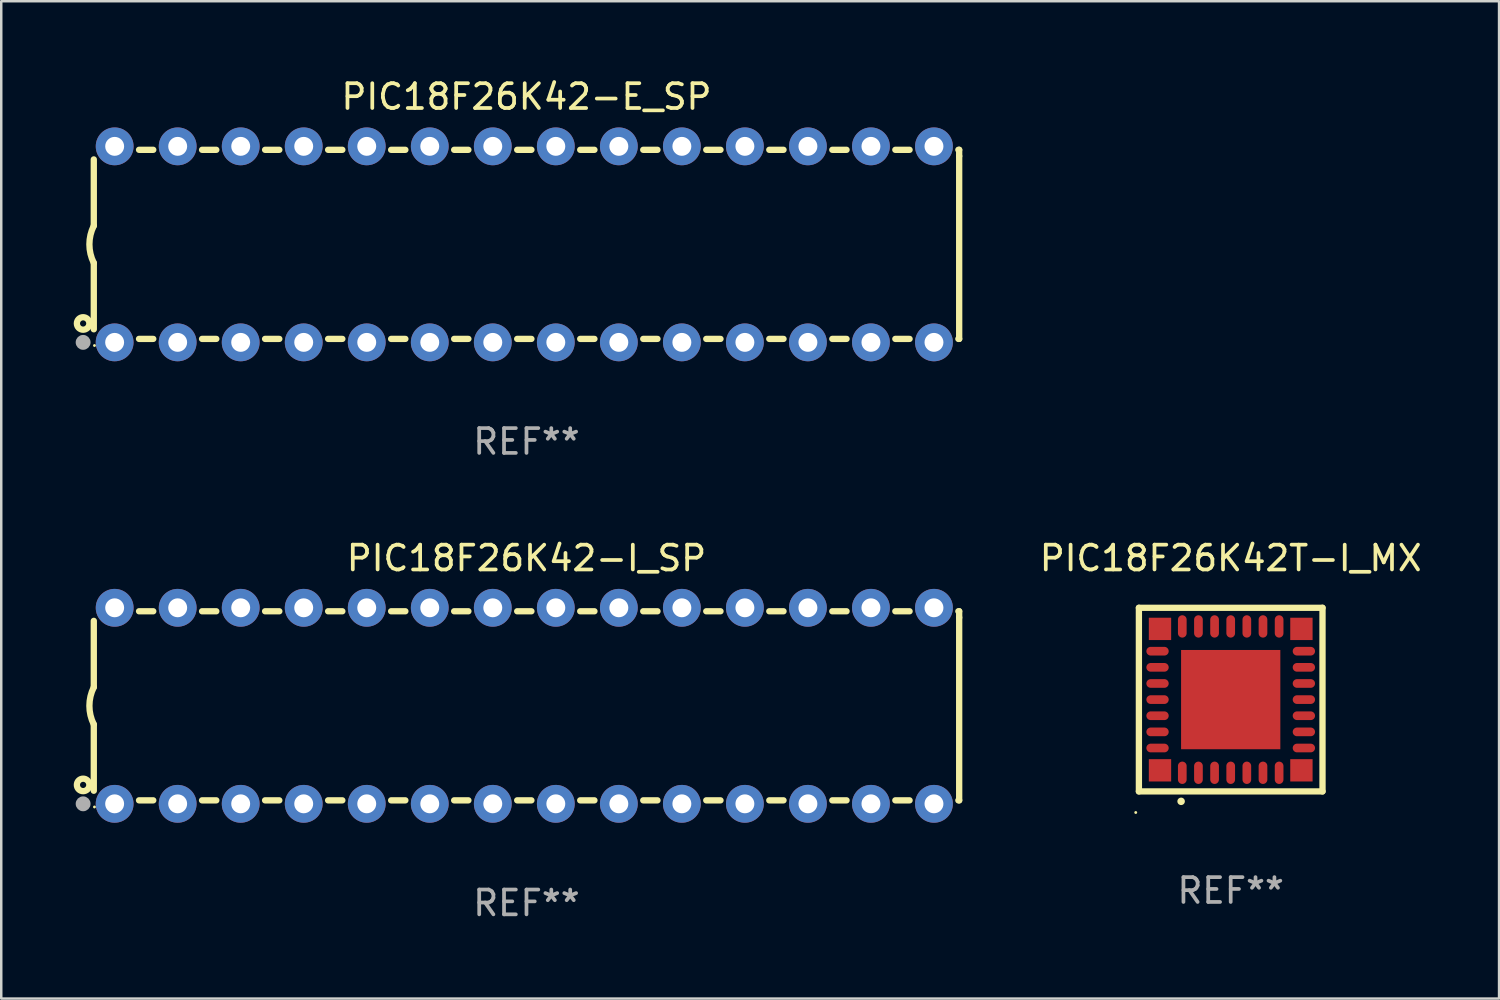
<source format=kicad_pcb>
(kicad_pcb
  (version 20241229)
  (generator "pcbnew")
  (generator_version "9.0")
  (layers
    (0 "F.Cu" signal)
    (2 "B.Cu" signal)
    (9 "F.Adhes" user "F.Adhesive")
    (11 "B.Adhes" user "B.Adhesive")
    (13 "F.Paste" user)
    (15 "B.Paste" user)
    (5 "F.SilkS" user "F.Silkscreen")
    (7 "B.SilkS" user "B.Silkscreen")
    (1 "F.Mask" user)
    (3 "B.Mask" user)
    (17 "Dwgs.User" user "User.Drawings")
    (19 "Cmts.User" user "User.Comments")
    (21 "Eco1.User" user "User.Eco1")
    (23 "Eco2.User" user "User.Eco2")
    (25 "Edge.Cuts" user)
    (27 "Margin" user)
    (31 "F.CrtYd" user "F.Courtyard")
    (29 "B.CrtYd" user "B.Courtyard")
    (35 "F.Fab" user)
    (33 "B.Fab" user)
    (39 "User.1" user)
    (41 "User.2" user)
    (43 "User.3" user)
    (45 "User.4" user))
  (footprint "PIC18F26K42T-I_MX"
    (layer "F.Cu")
    (at 46.549 25.145)
    (property "Reference" "PIC18F26K42T-I_MX" (at 0 -5.7 0) (layer "F.SilkS") (effects (font (size 1 1) (thickness 0.15))))
    (attr through_hole)
    (fp_line (start -3.7 -3.7) (end 3.7 -3.7) (stroke (width 0.254) (type solid)) (layer "F.SilkS"))
    (fp_line (start -3.7 3.7) (end -3.7 -3.7) (stroke (width 0.254) (type solid)) (layer "F.SilkS"))
    (fp_line (start 3.7 -3.7) (end 3.7 3.7) (stroke (width 0.254) (type solid)) (layer "F.SilkS"))
    (fp_line (start 3.7 3.7) (end -3.7 3.7) (stroke (width 0.254) (type solid)) (layer "F.SilkS"))
    (fp_arc (start -2 4.1) (mid -1.99873 4.099995) (end -1.99746 4.1) (stroke (width 0.3) (type solid)) (layer "F.SilkS"))
    (fp_circle (center -3.827 4.55) (end -3.797 4.55) (stroke (width 0.06) (type solid)) (fill no) (layer "F.SilkS"))
    (fp_text user "REF**" (at 0 7.7 0) (layer "F.Fab") (effects (font (size 1 1) (thickness 0.15))))
    (pad "1" smd oval (at -1.951 2.949 180) (size 0.35 0.9) (layers "F.Cu" "F.Mask" "F.Paste"))
    (pad "2" smd oval (at -1.3 2.949 180) (size 0.35 0.9) (layers "F.Cu" "F.Mask" "F.Paste"))
    (pad "3" smd oval (at -0.65 2.949 180) (size 0.35 0.9) (layers "F.Cu" "F.Mask" "F.Paste"))
    (pad "4" smd oval (at 0.000051 2.949 180) (size 0.35 0.9) (layers "F.Cu" "F.Mask" "F.Paste"))
    (pad "5" smd oval (at 0.65 2.949 180) (size 0.35 0.9) (layers "F.Cu" "F.Mask" "F.Paste"))
    (pad "6" smd oval (at 1.301 2.949 180) (size 0.35 0.9) (layers "F.Cu" "F.Mask" "F.Paste"))
    (pad "7" smd oval (at 1.951 2.949 180) (size 0.35 0.9) (layers "F.Cu" "F.Mask" "F.Paste"))
    (pad "8" smd oval (at 2.949 1.951 90) (size 0.35 0.9) (layers "F.Cu" "F.Mask" "F.Paste"))
    (pad "9" smd oval (at 2.949 1.301 90) (size 0.35 0.9) (layers "F.Cu" "F.Mask" "F.Paste"))
    (pad "10" smd oval (at 2.949 0.65 90) (size 0.35 0.9) (layers "F.Cu" "F.Mask" "F.Paste"))
    (pad "11" smd oval (at 2.949 0.000051 90) (size 0.35 0.9) (layers "F.Cu" "F.Mask" "F.Paste"))
    (pad "12" smd oval (at 2.949 -0.65 90) (size 0.35 0.9) (layers "F.Cu" "F.Mask" "F.Paste"))
    (pad "13" smd oval (at 2.949 -1.3 90) (size 0.35 0.9) (layers "F.Cu" "F.Mask" "F.Paste"))
    (pad "14" smd oval (at 2.949 -1.951 90) (size 0.35 0.9) (layers "F.Cu" "F.Mask" "F.Paste"))
    (pad "15" smd oval (at 1.951 -2.949 180) (size 0.35 0.9) (layers "F.Cu" "F.Mask" "F.Paste"))
    (pad "16" smd oval (at 1.301 -2.949 180) (size 0.35 0.9) (layers "F.Cu" "F.Mask" "F.Paste"))
    (pad "17" smd oval (at 0.65 -2.949 180) (size 0.35 0.9) (layers "F.Cu" "F.Mask" "F.Paste"))
    (pad "18" smd oval (at 0.000051 -2.949 180) (size 0.35 0.9) (layers "F.Cu" "F.Mask" "F.Paste"))
    (pad "19" smd oval (at -0.65 -2.949 180) (size 0.35 0.9) (layers "F.Cu" "F.Mask" "F.Paste"))
    (pad "20" smd oval (at -1.3 -2.949 180) (size 0.35 0.9) (layers "F.Cu" "F.Mask" "F.Paste"))
    (pad "21" smd oval (at -1.951 -2.949 180) (size 0.35 0.9) (layers "F.Cu" "F.Mask" "F.Paste"))
    (pad "22" smd oval (at -2.949 -1.951 90) (size 0.35 0.9) (layers "F.Cu" "F.Mask" "F.Paste"))
    (pad "23" smd oval (at -2.949 -1.3 90) (size 0.35 0.9) (layers "F.Cu" "F.Mask" "F.Paste"))
    (pad "24" smd oval (at -2.949 -0.65 90) (size 0.35 0.9) (layers "F.Cu" "F.Mask" "F.Paste"))
    (pad "25" smd oval (at -2.949 0.000051 90) (size 0.35 0.9) (layers "F.Cu" "F.Mask" "F.Paste"))
    (pad "26" smd oval (at -2.949 0.65 90) (size 0.35 0.9) (layers "F.Cu" "F.Mask" "F.Paste"))
    (pad "27" smd oval (at -2.949 1.301 90) (size 0.35 0.9) (layers "F.Cu" "F.Mask" "F.Paste"))
    (pad "28" smd oval (at -2.949 1.951 90) (size 0.35 0.9) (layers "F.Cu" "F.Mask" "F.Paste"))
    (pad "29" smd rect (at -2.85 -2.85 90) (size 0.9 0.9) (layers "F.Cu" "F.Mask" "F.Paste"))
    (pad "29" smd rect (at -2.85 2.85 90) (size 0.9 0.9) (layers "F.Cu" "F.Mask" "F.Paste"))
    (pad "29" smd rect (at 0.000051 0.000051 90) (size 4 4) (layers "F.Cu" "F.Mask" "F.Paste"))
    (pad "29" smd rect (at 2.85 -2.85 90) (size 0.9 0.9) (layers "F.Cu" "F.Mask" "F.Paste"))
    (pad "29" smd rect (at 2.85 2.85 90) (size 0.9 0.9) (layers "F.Cu" "F.Mask" "F.Paste")))
  (footprint "PIC18F26K42-E_SP"
    (layer "F.Cu")
    (at 18.168 6.798)
    (property "Reference" "PIC18F26K42-E_SP" (at 0 -5.95 0) (layer "F.SilkS") (effects (font (size 1 1) (thickness 0.15))))
    (attr through_hole)
    (fp_line (start -17.438 0.75) (end -17.438 3.423) (stroke (width 0.254) (type solid)) (layer "F.SilkS"))
    (fp_line (start -17.438 -3.423) (end -17.438 -0.75) (stroke (width 0.254) (type solid)) (layer "F.SilkS"))
    (fp_line (start -15.615 3.81) (end -15.041 3.81) (stroke (width 0.254) (type solid)) (layer "F.SilkS"))
    (fp_line (start -15.041 -3.81) (end -15.614 -3.81) (stroke (width 0.254) (type solid)) (layer "F.SilkS"))
    (fp_line (start -13.075 3.81) (end -12.501 3.81) (stroke (width 0.254) (type solid)) (layer "F.SilkS"))
    (fp_line (start -12.501 -3.81) (end -13.074 -3.81) (stroke (width 0.254) (type solid)) (layer "F.SilkS"))
    (fp_line (start -10.535 3.81) (end -9.961 3.81) (stroke (width 0.254) (type solid)) (layer "F.SilkS"))
    (fp_line (start -9.961 -3.81) (end -10.534 -3.81) (stroke (width 0.254) (type solid)) (layer "F.SilkS"))
    (fp_line (start -7.995 3.81) (end -7.421 3.81) (stroke (width 0.254) (type solid)) (layer "F.SilkS"))
    (fp_line (start -7.421 -3.81) (end -7.995 -3.81) (stroke (width 0.254) (type solid)) (layer "F.SilkS"))
    (fp_line (start -5.455 3.81) (end -4.881 3.81) (stroke (width 0.254) (type solid)) (layer "F.SilkS"))
    (fp_line (start -4.881 -3.81) (end -5.455 -3.81) (stroke (width 0.254) (type solid)) (layer "F.SilkS"))
    (fp_line (start -2.915 3.81) (end -2.341 3.81) (stroke (width 0.254) (type solid)) (layer "F.SilkS"))
    (fp_line (start -2.341 -3.81) (end -2.915 -3.81) (stroke (width 0.254) (type solid)) (layer "F.SilkS"))
    (fp_line (start -0.375 3.81) (end 0.199 3.81) (stroke (width 0.254) (type solid)) (layer "F.SilkS"))
    (fp_line (start 0.199 -3.81) (end -0.375 -3.81) (stroke (width 0.254) (type solid)) (layer "F.SilkS"))
    (fp_line (start 2.165 3.81) (end 2.739 3.81) (stroke (width 0.254) (type solid)) (layer "F.SilkS"))
    (fp_line (start 2.739 -3.81) (end 2.165 -3.81) (stroke (width 0.254) (type solid)) (layer "F.SilkS"))
    (fp_line (start 4.705 3.81) (end 5.279 3.81) (stroke (width 0.254) (type solid)) (layer "F.SilkS"))
    (fp_line (start 5.279 -3.81) (end 4.705 -3.81) (stroke (width 0.254) (type solid)) (layer "F.SilkS"))
    (fp_line (start 7.245 3.81) (end 7.819 3.81) (stroke (width 0.254) (type solid)) (layer "F.SilkS"))
    (fp_line (start 7.819 -3.81) (end 7.245 -3.81) (stroke (width 0.254) (type solid)) (layer "F.SilkS"))
    (fp_line (start 9.785 3.81) (end 10.359 3.81) (stroke (width 0.254) (type solid)) (layer "F.SilkS"))
    (fp_line (start 10.359 -3.81) (end 9.785 -3.81) (stroke (width 0.254) (type solid)) (layer "F.SilkS"))
    (fp_line (start 12.325 3.81) (end 12.899 3.81) (stroke (width 0.254) (type solid)) (layer "F.SilkS"))
    (fp_line (start 12.899 -3.81) (end 12.325 -3.81) (stroke (width 0.254) (type solid)) (layer "F.SilkS"))
    (fp_line (start 14.865 3.81) (end 15.439 3.81) (stroke (width 0.254) (type solid)) (layer "F.SilkS"))
    (fp_line (start 15.439 -3.81) (end 14.865 -3.81) (stroke (width 0.254) (type solid)) (layer "F.SilkS"))
    (fp_line (start 17.405 3.81) (end 17.438 3.81) (stroke (width 0.254) (type solid)) (layer "F.SilkS"))
    (fp_line (start 17.438 -3.81) (end 17.405 -3.81) (stroke (width 0.254) (type solid)) (layer "F.SilkS"))
    (fp_line (start 17.438 -3.556) (end 17.438 -3.81) (stroke (width 0.254) (type solid)) (layer "F.SilkS"))
    (fp_line (start 17.438 3.81) (end 17.438 -3.556) (stroke (width 0.254) (type solid)) (layer "F.SilkS"))
    (fp_arc (start -17.437986 0.749657) (mid -17.614887 -0.000024) (end -17.437783 -0.749657) (stroke (width 0.254001) (type solid)) (layer "F.SilkS"))
    (fp_circle (center -17.868 3.188) (end -17.743 3.188) (stroke (width 0.254) (type solid)) (fill no) (layer "F.SilkS"))
    (fp_circle (center -17.411 4.077) (end -17.381 4.077) (stroke (width 0.06) (type solid)) (fill no) (layer "F.SilkS"))
    (fp_circle (center -17.868 3.95) (end -17.718 3.95) (stroke (width 0.3) (type solid)) (fill no) (layer "F.Fab"))
    (fp_text user "REF**" (at 0 7.95 0) (layer "F.Fab") (effects (font (size 1 1) (thickness 0.15))))
    (pad "1" thru_hole circle (at -16.598 3.95) (size 1.524 1.524) (drill 0.762) (layers "*.Cu" "*.Mask"))
    (pad "2" thru_hole circle (at -14.058 3.95) (size 1.524 1.524) (drill 0.762) (layers "*.Cu" "*.Mask"))
    (pad "3" thru_hole circle (at -11.518 3.95) (size 1.524 1.524) (drill 0.762) (layers "*.Cu" "*.Mask"))
    (pad "4" thru_hole circle (at -8.978 3.95) (size 1.524 1.524) (drill 0.762) (layers "*.Cu" "*.Mask"))
    (pad "5" thru_hole circle (at -6.438 3.95) (size 1.524 1.524) (drill 0.762) (layers "*.Cu" "*.Mask"))
    (pad "6" thru_hole circle (at -3.898 3.95) (size 1.524 1.524) (drill 0.762) (layers "*.Cu" "*.Mask"))
    (pad "7" thru_hole circle (at -1.358 3.95) (size 1.524 1.524) (drill 0.762) (layers "*.Cu" "*.Mask"))
    (pad "8" thru_hole circle (at 1.182 3.95) (size 1.524 1.524) (drill 0.762) (layers "*.Cu" "*.Mask"))
    (pad "9" thru_hole circle (at 3.722 3.95) (size 1.524 1.524) (drill 0.762) (layers "*.Cu" "*.Mask"))
    (pad "10" thru_hole circle (at 6.262 3.95) (size 1.524 1.524) (drill 0.762) (layers "*.Cu" "*.Mask"))
    (pad "11" thru_hole circle (at 8.802 3.95) (size 1.524 1.524) (drill 0.762) (layers "*.Cu" "*.Mask"))
    (pad "12" thru_hole circle (at 11.342 3.95) (size 1.524 1.524) (drill 0.762) (layers "*.Cu" "*.Mask"))
    (pad "13" thru_hole circle (at 13.882 3.95) (size 1.524 1.524) (drill 0.762) (layers "*.Cu" "*.Mask"))
    (pad "14" thru_hole circle (at 16.422 3.95) (size 1.524 1.524) (drill 0.762) (layers "*.Cu" "*.Mask"))
    (pad "15" thru_hole circle (at 16.422 -3.95) (size 1.524 1.524) (drill 0.762) (layers "*.Cu" "*.Mask"))
    (pad "16" thru_hole circle (at 13.882 -3.95) (size 1.524 1.524) (drill 0.762) (layers "*.Cu" "*.Mask"))
    (pad "17" thru_hole circle (at 11.342 -3.95) (size 1.524 1.524) (drill 0.762) (layers "*.Cu" "*.Mask"))
    (pad "18" thru_hole circle (at 8.802 -3.95) (size 1.524 1.524) (drill 0.762) (layers "*.Cu" "*.Mask"))
    (pad "19" thru_hole circle (at 6.262 -3.95) (size 1.524 1.524) (drill 0.762) (layers "*.Cu" "*.Mask"))
    (pad "20" thru_hole circle (at 3.722 -3.95) (size 1.524 1.524) (drill 0.762) (layers "*.Cu" "*.Mask"))
    (pad "21" thru_hole circle (at 1.182 -3.95) (size 1.524 1.524) (drill 0.762) (layers "*.Cu" "*.Mask"))
    (pad "22" thru_hole circle (at -1.358 -3.95) (size 1.524 1.524) (drill 0.762) (layers "*.Cu" "*.Mask"))
    (pad "23" thru_hole circle (at -3.898 -3.95) (size 1.524 1.524) (drill 0.762) (layers "*.Cu" "*.Mask"))
    (pad "24" thru_hole circle (at -6.438 -3.95) (size 1.524 1.524) (drill 0.762) (layers "*.Cu" "*.Mask"))
    (pad "25" thru_hole circle (at -8.978 -3.95) (size 1.524 1.524) (drill 0.762) (layers "*.Cu" "*.Mask"))
    (pad "26" thru_hole circle (at -11.517 -3.95) (size 1.524 1.524) (drill 0.762) (layers "*.Cu" "*.Mask"))
    (pad "27" thru_hole circle (at -14.057 -3.95) (size 1.524 1.524) (drill 0.762) (layers "*.Cu" "*.Mask"))
    (pad "28" thru_hole circle (at -16.597 -3.95) (size 1.524 1.524) (drill 0.762) (layers "*.Cu" "*.Mask")))
  (footprint "PIC18F26K42-I_SP"
    (layer "F.Cu")
    (at 18.168 25.395)
    (property "Reference" "PIC18F26K42-I_SP" (at 0 -5.95 0) (layer "F.SilkS") (effects (font (size 1 1) (thickness 0.15))))
    (attr through_hole)
    (fp_line (start -17.438 0.75) (end -17.438 3.423) (stroke (width 0.254) (type solid)) (layer "F.SilkS"))
    (fp_line (start -17.438 -3.423) (end -17.438 -0.75) (stroke (width 0.254) (type solid)) (layer "F.SilkS"))
    (fp_line (start -15.615 3.81) (end -15.041 3.81) (stroke (width 0.254) (type solid)) (layer "F.SilkS"))
    (fp_line (start -15.041 -3.81) (end -15.614 -3.81) (stroke (width 0.254) (type solid)) (layer "F.SilkS"))
    (fp_line (start -13.075 3.81) (end -12.501 3.81) (stroke (width 0.254) (type solid)) (layer "F.SilkS"))
    (fp_line (start -12.501 -3.81) (end -13.074 -3.81) (stroke (width 0.254) (type solid)) (layer "F.SilkS"))
    (fp_line (start -10.535 3.81) (end -9.961 3.81) (stroke (width 0.254) (type solid)) (layer "F.SilkS"))
    (fp_line (start -9.961 -3.81) (end -10.534 -3.81) (stroke (width 0.254) (type solid)) (layer "F.SilkS"))
    (fp_line (start -7.995 3.81) (end -7.421 3.81) (stroke (width 0.254) (type solid)) (layer "F.SilkS"))
    (fp_line (start -7.421 -3.81) (end -7.995 -3.81) (stroke (width 0.254) (type solid)) (layer "F.SilkS"))
    (fp_line (start -5.455 3.81) (end -4.881 3.81) (stroke (width 0.254) (type solid)) (layer "F.SilkS"))
    (fp_line (start -4.881 -3.81) (end -5.455 -3.81) (stroke (width 0.254) (type solid)) (layer "F.SilkS"))
    (fp_line (start -2.915 3.81) (end -2.341 3.81) (stroke (width 0.254) (type solid)) (layer "F.SilkS"))
    (fp_line (start -2.341 -3.81) (end -2.915 -3.81) (stroke (width 0.254) (type solid)) (layer "F.SilkS"))
    (fp_line (start -0.375 3.81) (end 0.199 3.81) (stroke (width 0.254) (type solid)) (layer "F.SilkS"))
    (fp_line (start 0.199 -3.81) (end -0.375 -3.81) (stroke (width 0.254) (type solid)) (layer "F.SilkS"))
    (fp_line (start 2.165 3.81) (end 2.739 3.81) (stroke (width 0.254) (type solid)) (layer "F.SilkS"))
    (fp_line (start 2.739 -3.81) (end 2.165 -3.81) (stroke (width 0.254) (type solid)) (layer "F.SilkS"))
    (fp_line (start 4.705 3.81) (end 5.279 3.81) (stroke (width 0.254) (type solid)) (layer "F.SilkS"))
    (fp_line (start 5.279 -3.81) (end 4.705 -3.81) (stroke (width 0.254) (type solid)) (layer "F.SilkS"))
    (fp_line (start 7.245 3.81) (end 7.819 3.81) (stroke (width 0.254) (type solid)) (layer "F.SilkS"))
    (fp_line (start 7.819 -3.81) (end 7.245 -3.81) (stroke (width 0.254) (type solid)) (layer "F.SilkS"))
    (fp_line (start 9.785 3.81) (end 10.359 3.81) (stroke (width 0.254) (type solid)) (layer "F.SilkS"))
    (fp_line (start 10.359 -3.81) (end 9.785 -3.81) (stroke (width 0.254) (type solid)) (layer "F.SilkS"))
    (fp_line (start 12.325 3.81) (end 12.899 3.81) (stroke (width 0.254) (type solid)) (layer "F.SilkS"))
    (fp_line (start 12.899 -3.81) (end 12.325 -3.81) (stroke (width 0.254) (type solid)) (layer "F.SilkS"))
    (fp_line (start 14.865 3.81) (end 15.439 3.81) (stroke (width 0.254) (type solid)) (layer "F.SilkS"))
    (fp_line (start 15.439 -3.81) (end 14.865 -3.81) (stroke (width 0.254) (type solid)) (layer "F.SilkS"))
    (fp_line (start 17.405 3.81) (end 17.438 3.81) (stroke (width 0.254) (type solid)) (layer "F.SilkS"))
    (fp_line (start 17.438 -3.81) (end 17.405 -3.81) (stroke (width 0.254) (type solid)) (layer "F.SilkS"))
    (fp_line (start 17.438 -3.556) (end 17.438 -3.81) (stroke (width 0.254) (type solid)) (layer "F.SilkS"))
    (fp_line (start 17.438 3.81) (end 17.438 -3.556) (stroke (width 0.254) (type solid)) (layer "F.SilkS"))
    (fp_arc (start -17.437986 0.749657) (mid -17.614887 -0.000024) (end -17.437783 -0.749657) (stroke (width 0.254001) (type solid)) (layer "F.SilkS"))
    (fp_circle (center -17.868 3.188) (end -17.743 3.188) (stroke (width 0.254) (type solid)) (fill no) (layer "F.SilkS"))
    (fp_circle (center -17.411 4.077) (end -17.381 4.077) (stroke (width 0.06) (type solid)) (fill no) (layer "F.SilkS"))
    (fp_circle (center -17.868 3.95) (end -17.718 3.95) (stroke (width 0.3) (type solid)) (fill no) (layer "F.Fab"))
    (fp_text user "REF**" (at 0 7.95 0) (layer "F.Fab") (effects (font (size 1 1) (thickness 0.15))))
    (pad "1" thru_hole circle (at -16.598 3.95) (size 1.524 1.524) (drill 0.762) (layers "*.Cu" "*.Mask"))
    (pad "2" thru_hole circle (at -14.058 3.95) (size 1.524 1.524) (drill 0.762) (layers "*.Cu" "*.Mask"))
    (pad "3" thru_hole circle (at -11.518 3.95) (size 1.524 1.524) (drill 0.762) (layers "*.Cu" "*.Mask"))
    (pad "4" thru_hole circle (at -8.978 3.95) (size 1.524 1.524) (drill 0.762) (layers "*.Cu" "*.Mask"))
    (pad "5" thru_hole circle (at -6.438 3.95) (size 1.524 1.524) (drill 0.762) (layers "*.Cu" "*.Mask"))
    (pad "6" thru_hole circle (at -3.898 3.95) (size 1.524 1.524) (drill 0.762) (layers "*.Cu" "*.Mask"))
    (pad "7" thru_hole circle (at -1.358 3.95) (size 1.524 1.524) (drill 0.762) (layers "*.Cu" "*.Mask"))
    (pad "8" thru_hole circle (at 1.182 3.95) (size 1.524 1.524) (drill 0.762) (layers "*.Cu" "*.Mask"))
    (pad "9" thru_hole circle (at 3.722 3.95) (size 1.524 1.524) (drill 0.762) (layers "*.Cu" "*.Mask"))
    (pad "10" thru_hole circle (at 6.262 3.95) (size 1.524 1.524) (drill 0.762) (layers "*.Cu" "*.Mask"))
    (pad "11" thru_hole circle (at 8.802 3.95) (size 1.524 1.524) (drill 0.762) (layers "*.Cu" "*.Mask"))
    (pad "12" thru_hole circle (at 11.342 3.95) (size 1.524 1.524) (drill 0.762) (layers "*.Cu" "*.Mask"))
    (pad "13" thru_hole circle (at 13.882 3.95) (size 1.524 1.524) (drill 0.762) (layers "*.Cu" "*.Mask"))
    (pad "14" thru_hole circle (at 16.422 3.95) (size 1.524 1.524) (drill 0.762) (layers "*.Cu" "*.Mask"))
    (pad "15" thru_hole circle (at 16.422 -3.95) (size 1.524 1.524) (drill 0.762) (layers "*.Cu" "*.Mask"))
    (pad "16" thru_hole circle (at 13.882 -3.95) (size 1.524 1.524) (drill 0.762) (layers "*.Cu" "*.Mask"))
    (pad "17" thru_hole circle (at 11.342 -3.95) (size 1.524 1.524) (drill 0.762) (layers "*.Cu" "*.Mask"))
    (pad "18" thru_hole circle (at 8.802 -3.95) (size 1.524 1.524) (drill 0.762) (layers "*.Cu" "*.Mask"))
    (pad "19" thru_hole circle (at 6.262 -3.95) (size 1.524 1.524) (drill 0.762) (layers "*.Cu" "*.Mask"))
    (pad "20" thru_hole circle (at 3.722 -3.95) (size 1.524 1.524) (drill 0.762) (layers "*.Cu" "*.Mask"))
    (pad "21" thru_hole circle (at 1.182 -3.95) (size 1.524 1.524) (drill 0.762) (layers "*.Cu" "*.Mask"))
    (pad "22" thru_hole circle (at -1.358 -3.95) (size 1.524 1.524) (drill 0.762) (layers "*.Cu" "*.Mask"))
    (pad "23" thru_hole circle (at -3.898 -3.95) (size 1.524 1.524) (drill 0.762) (layers "*.Cu" "*.Mask"))
    (pad "24" thru_hole circle (at -6.438 -3.95) (size 1.524 1.524) (drill 0.762) (layers "*.Cu" "*.Mask"))
    (pad "25" thru_hole circle (at -8.978 -3.95) (size 1.524 1.524) (drill 0.762) (layers "*.Cu" "*.Mask"))
    (pad "26" thru_hole circle (at -11.517 -3.95) (size 1.524 1.524) (drill 0.762) (layers "*.Cu" "*.Mask"))
    (pad "27" thru_hole circle (at -14.057 -3.95) (size 1.524 1.524) (drill 0.762) (layers "*.Cu" "*.Mask"))
    (pad "28" thru_hole circle (at -16.597 -3.95) (size 1.524 1.524) (drill 0.762) (layers "*.Cu" "*.Mask")))
  (gr_rect
    (start -3 -3)
    (end 57.364 37.193)
    (stroke (width 0.1) (type default))
    (fill no)
    (layer "Edge.Cuts")))
</source>
